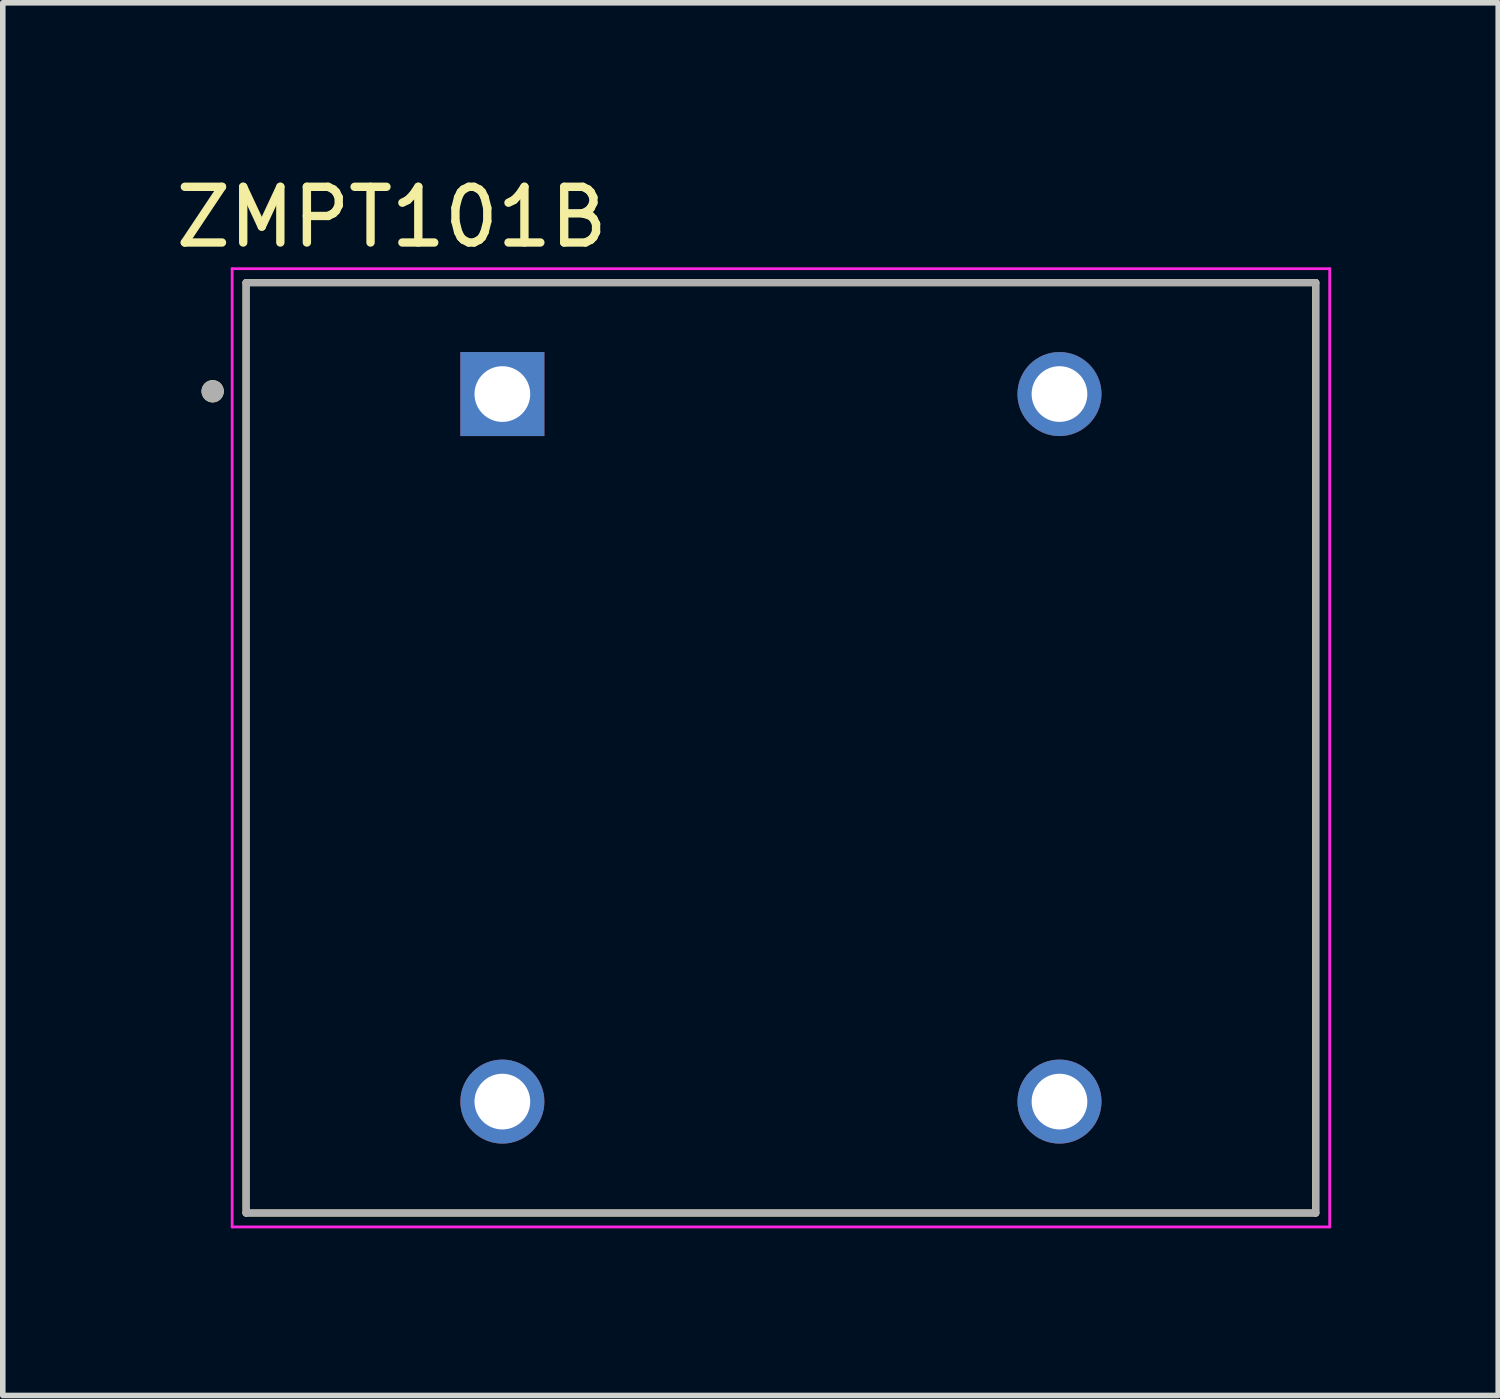
<source format=kicad_pcb>
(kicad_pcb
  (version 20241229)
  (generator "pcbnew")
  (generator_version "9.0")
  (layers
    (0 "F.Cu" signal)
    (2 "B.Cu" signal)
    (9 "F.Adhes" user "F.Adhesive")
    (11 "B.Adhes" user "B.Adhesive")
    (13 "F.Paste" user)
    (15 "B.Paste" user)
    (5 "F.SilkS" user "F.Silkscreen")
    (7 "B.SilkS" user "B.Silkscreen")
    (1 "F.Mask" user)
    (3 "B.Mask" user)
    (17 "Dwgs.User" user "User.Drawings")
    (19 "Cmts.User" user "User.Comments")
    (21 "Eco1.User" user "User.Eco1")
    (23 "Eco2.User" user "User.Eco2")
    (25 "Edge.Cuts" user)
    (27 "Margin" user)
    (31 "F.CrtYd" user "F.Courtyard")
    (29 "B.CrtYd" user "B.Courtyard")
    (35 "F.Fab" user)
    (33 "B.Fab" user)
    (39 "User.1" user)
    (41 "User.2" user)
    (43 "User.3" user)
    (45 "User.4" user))
  (footprint "ZMPT101B"
    (layer "F.Cu")
    (at 10.967 10.373)
    (property "Reference" "ZMPT101B" (at -6.985 -9.525 0) (layer "F.SilkS") (effects (font (size 1 1) (thickness 0.15))))
    (attr through_hole)
    (fp_line (start -9.6 -8.35) (end 9.6 -8.35) (stroke (width 0.127) (type solid)) (layer "F.SilkS"))
    (fp_line (start -9.6 8.35) (end -9.6 -8.35) (stroke (width 0.127) (type solid)) (layer "F.SilkS"))
    (fp_line (start 9.6 -8.35) (end 9.6 8.35) (stroke (width 0.127) (type solid)) (layer "F.SilkS"))
    (fp_line (start 9.6 8.35) (end -9.6 8.35) (stroke (width 0.127) (type solid)) (layer "F.SilkS"))
    (fp_circle (center -10.2 -6.4) (end -10.1 -6.4) (stroke (width 0.2) (type solid)) (fill no) (layer "F.SilkS"))
    (fp_line (start -9.85 -8.6) (end 9.85 -8.6) (stroke (width 0.05) (type solid)) (layer "F.CrtYd"))
    (fp_line (start -9.85 8.6) (end -9.85 -8.6) (stroke (width 0.05) (type solid)) (layer "F.CrtYd"))
    (fp_line (start 9.85 -8.6) (end 9.85 8.6) (stroke (width 0.05) (type solid)) (layer "F.CrtYd"))
    (fp_line (start 9.85 8.6) (end -9.85 8.6) (stroke (width 0.05) (type solid)) (layer "F.CrtYd"))
    (fp_line (start -9.6 -8.35) (end 9.6 -8.35) (stroke (width 0.127) (type solid)) (layer "F.Fab"))
    (fp_line (start -9.6 8.35) (end -9.6 -8.35) (stroke (width 0.127) (type solid)) (layer "F.Fab"))
    (fp_line (start 9.6 -8.35) (end 9.6 8.35) (stroke (width 0.127) (type solid)) (layer "F.Fab"))
    (fp_line (start 9.6 8.35) (end -9.6 8.35) (stroke (width 0.127) (type solid)) (layer "F.Fab"))
    (fp_circle (center -10.2 -6.4) (end -10.1 -6.4) (stroke (width 0.2) (type solid)) (fill no) (layer "F.Fab"))
    (pad "1" thru_hole rect (at -5 -6.35) (size 1.508 1.508) (drill 1) (layers "*.Cu" "*.Mask"))
    (pad "2" thru_hole circle (at -5 6.35) (size 1.508 1.508) (drill 1) (layers "*.Cu" "*.Mask"))
    (pad "3" thru_hole circle (at 5 6.35) (size 1.508 1.508) (drill 1) (layers "*.Cu" "*.Mask"))
    (pad "4" thru_hole circle (at 5 -6.35) (size 1.508 1.508) (drill 1) (layers "*.Cu" "*.Mask")))
  (gr_rect
    (start -3 -3)
    (end 23.842 21.998)
    (stroke (width 0.1) (type default))
    (fill no)
    (layer "Edge.Cuts")))
</source>
